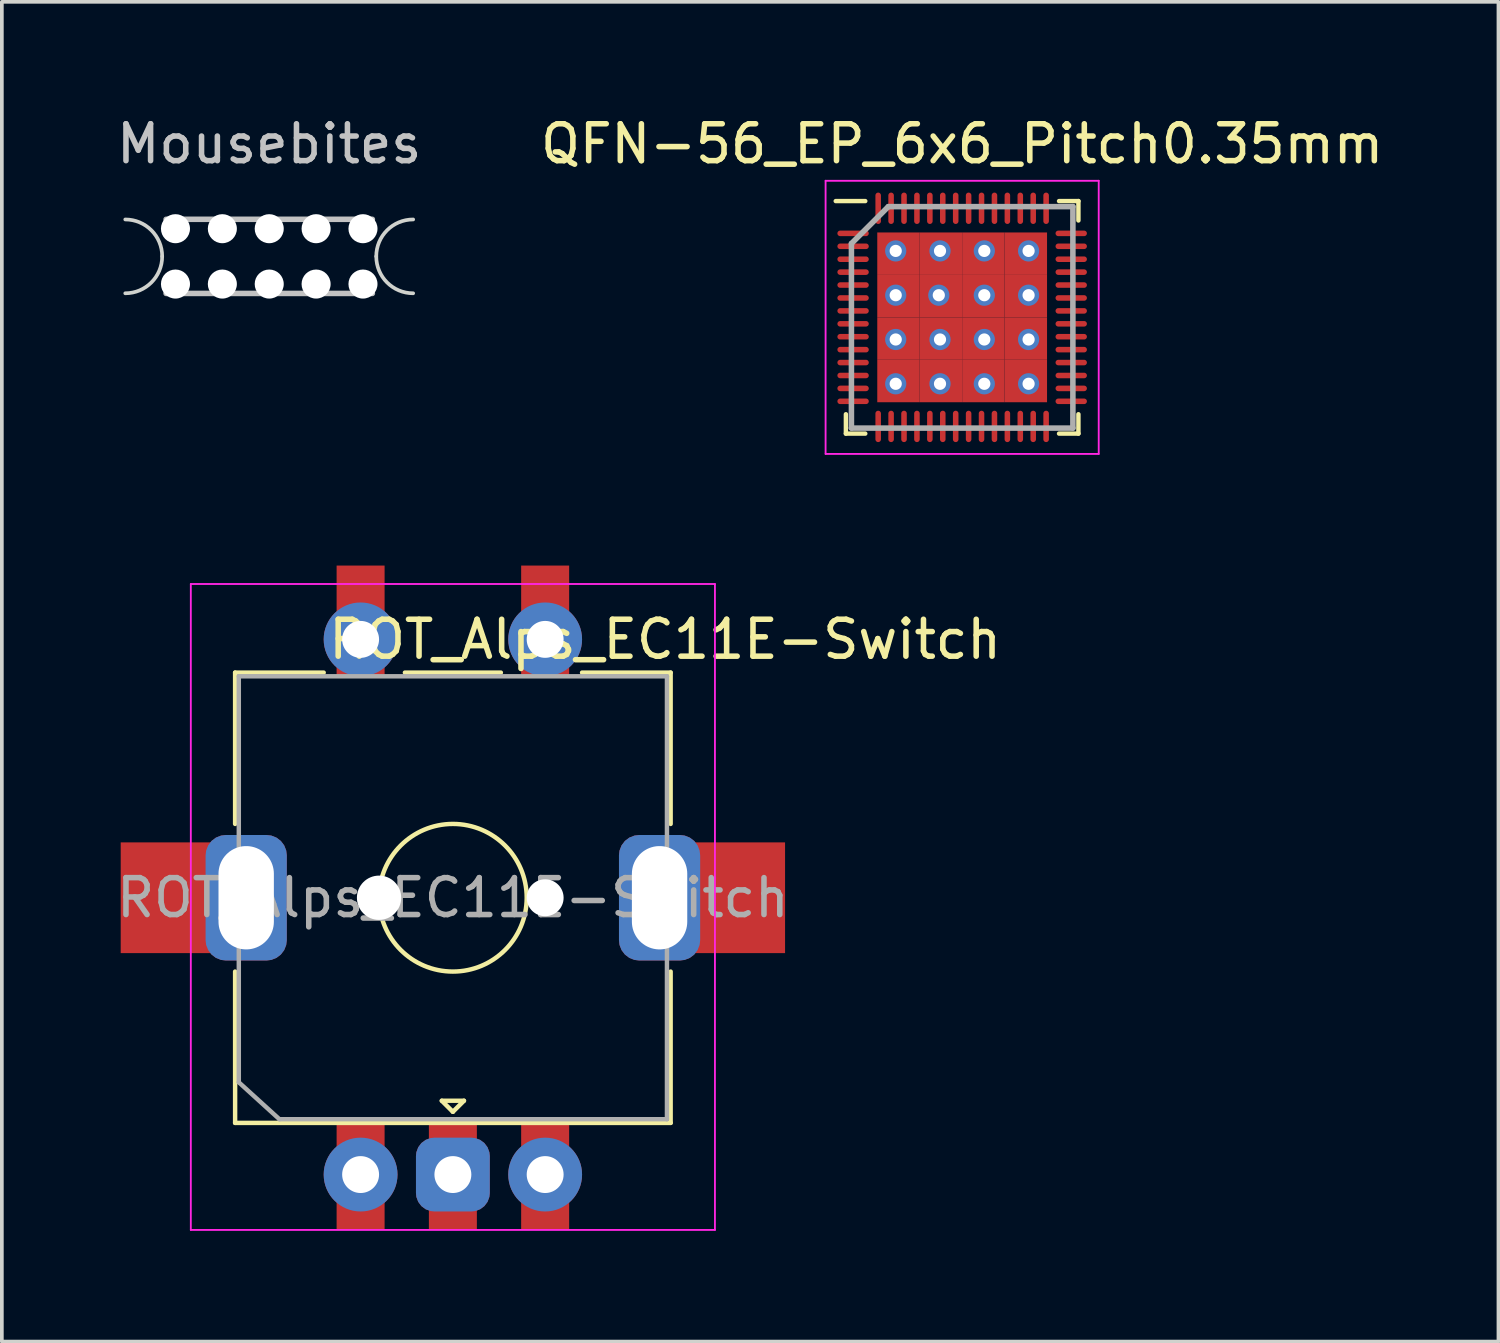
<source format=kicad_pcb>
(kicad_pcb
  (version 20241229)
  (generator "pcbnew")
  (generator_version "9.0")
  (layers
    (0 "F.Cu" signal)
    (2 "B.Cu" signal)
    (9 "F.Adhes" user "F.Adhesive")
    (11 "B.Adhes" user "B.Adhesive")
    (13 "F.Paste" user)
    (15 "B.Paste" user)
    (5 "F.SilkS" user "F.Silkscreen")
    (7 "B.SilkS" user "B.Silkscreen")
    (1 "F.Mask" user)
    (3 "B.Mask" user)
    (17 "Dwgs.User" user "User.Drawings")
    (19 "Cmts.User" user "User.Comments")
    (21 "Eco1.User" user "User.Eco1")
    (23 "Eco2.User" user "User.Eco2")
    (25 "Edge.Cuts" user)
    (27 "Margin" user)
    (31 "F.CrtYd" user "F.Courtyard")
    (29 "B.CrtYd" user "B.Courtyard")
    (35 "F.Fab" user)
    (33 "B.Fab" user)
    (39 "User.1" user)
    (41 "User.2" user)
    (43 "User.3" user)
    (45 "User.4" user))
  (footprint "ROT_Alps_EC11E-Switch"
    (layer "F.Cu")
    (at 9.22 21.273)
    (property "Reference" "ROT_Alps_EC11E-Switch" (at 5.75 -7 180) (layer "F.SilkS") (effects (font (size 1 1) (thickness 0.15))))
    (attr through_hole)
    (fp_line (start -5.9 -6.1) (end -3.5 -6.1) (stroke (width 0.12) (type solid)) (layer "F.SilkS"))
    (fp_line (start -5.9 -2) (end -5.9 -6.1) (stroke (width 0.12) (type solid)) (layer "F.SilkS"))
    (fp_line (start -5.9 2) (end -5.9 6.1) (stroke (width 0.12) (type solid)) (layer "F.SilkS"))
    (fp_line (start -5.9 6.1) (end 5.9 6.1) (stroke (width 0.12) (type solid)) (layer "F.SilkS"))
    (fp_line (start -1.3 -6.1) (end 1.3 -6.1) (stroke (width 0.12) (type solid)) (layer "F.SilkS"))
    (fp_line (start -0.3 5.5) (end 0.3 5.5) (stroke (width 0.12) (type solid)) (layer "F.SilkS"))
    (fp_line (start 0 5.8) (end -0.3 5.5) (stroke (width 0.12) (type solid)) (layer "F.SilkS"))
    (fp_line (start 0.3 5.5) (end 0 5.8) (stroke (width 0.12) (type solid)) (layer "F.SilkS"))
    (fp_line (start 3.5 -6.1) (end 5.9 -6.1) (stroke (width 0.12) (type solid)) (layer "F.SilkS"))
    (fp_line (start 5.9 -6.1) (end 5.9 -2) (stroke (width 0.12) (type solid)) (layer "F.SilkS"))
    (fp_line (start 5.9 2) (end 5.9 6.1) (stroke (width 0.12) (type solid)) (layer "F.SilkS"))
    (fp_circle (center 0 0) (end 0 -2) (stroke (width 0.12) (type solid)) (fill no) (layer "F.SilkS"))
    (fp_line (start -7.1 9) (end -7.1 -8.5) (stroke (width 0.05) (type solid)) (layer "F.CrtYd"))
    (fp_line (start -7.1 9) (end 7.1 9) (stroke (width 0.05) (type solid)) (layer "F.CrtYd"))
    (fp_line (start 7.1 -8.5) (end -7.1 -8.5) (stroke (width 0.05) (type solid)) (layer "F.CrtYd"))
    (fp_line (start 7.1 -8.5) (end 7.1 9) (stroke (width 0.05) (type solid)) (layer "F.CrtYd"))
    (fp_line (start -5.8 -6) (end 5.8 -6) (stroke (width 0.12) (type solid)) (layer "F.Fab"))
    (fp_line (start -5.8 5) (end -5.8 -6) (stroke (width 0.12) (type solid)) (layer "F.Fab"))
    (fp_line (start -4.7 6) (end -5.8 5) (stroke (width 0.12) (type solid)) (layer "F.Fab"))
    (fp_line (start 5.8 -6) (end 5.8 6) (stroke (width 0.12) (type solid)) (layer "F.Fab"))
    (fp_line (start 5.8 6) (end -4.7 6) (stroke (width 0.12) (type solid)) (layer "F.Fab"))
    (fp_text user "${REFERENCE}" (at 0 0 180) (layer "F.Fab") (effects (font (size 1 1) (thickness 0.15))))
    (pad "" np_thru_hole circle (at -2 0 90) (size 1.2 1.2) (drill 1.2) (layers "*.Cu"))
    (pad "" np_thru_hole circle (at 2.5 0 90) (size 1 1) (drill 1) (layers "*.Cu"))
    (pad "A" thru_hole circle (at -2.5 7.5 90) (size 2 2) (drill 1) (layers "*.Cu" "B.Mask"))
    (pad "A" smd rect (at 2.5 7.5 270) (size 3 1.3) (layers "F.Cu" "F.Mask" "F.Paste"))
    (pad "B" smd rect (at -2.5 7.5 270) (size 3 1.3) (layers "F.Cu" "F.Mask" "F.Paste"))
    (pad "B" thru_hole circle (at 2.5 7.5 90) (size 2 2) (drill 1) (layers "*.Cu" "B.Mask"))
    (pad "C" thru_hole roundrect (at 0 7.5 90) (size 2 2) (drill 1) (layers "*.Cu" "B.Mask") (roundrect_rratio 0.25))
    (pad "C" smd rect (at 0 7.5 270) (size 3 1.3) (layers "F.Cu" "F.Mask" "F.Paste"))
    (pad "MP" smd rect (at -7.5 0 270) (size 3 3) (layers "F.Cu" "F.Mask" "F.Paste"))
    (pad "MP" thru_hole roundrect (at -5.6 0 90) (size 3.4 2.2) (drill oval 2.8 1.5) (layers "*.Cu" "B.Mask") (roundrect_rratio 0.25))
    (pad "MP" thru_hole roundrect (at 5.6 0 90) (size 3.4 2.2) (drill oval 2.8 1.5) (layers "*.Cu" "B.Mask") (roundrect_rratio 0.25))
    (pad "MP" smd rect (at 7.5 0 270) (size 3 3) (layers "F.Cu" "F.Mask" "F.Paste"))
    (pad "S1" smd rect (at 2.5 -7.5 270) (size 3 1.3) (layers "F.Cu" "F.Mask" "F.Paste"))
    (pad "S1" thru_hole circle (at 2.5 -7 90) (size 2 2) (drill 1) (layers "*.Cu" "B.Mask"))
    (pad "S2" smd rect (at -2.5 -7.5 270) (size 3 1.3) (layers "F.Cu" "F.Mask" "F.Paste"))
    (pad "S2" thru_hole circle (at -2.5 -7 90) (size 2 2) (drill 1) (layers "*.Cu" "B.Mask")))
  (footprint "Mousebites"
    (layer "F.Cu")
    (at 4.244 3.896)
    (property "Reference" "Mousebites" (at 0 -3.048 0) (layer "Dwgs.User") (effects (font (size 1 1) (thickness 0.15))))
    (attr through_hole board_only exclude_from_pos_files exclude_from_bom)
    (fp_line (start -2.794 -1.004) (end 2.794 -1.004) (stroke (width 0.15) (type solid)) (layer "Dwgs.User"))
    (fp_line (start -2.794 1.004) (end 2.794 1.004) (stroke (width 0.15) (type solid)) (layer "Dwgs.User"))
    (fp_line (start 2.9 0) (end 2.9 0) (stroke (width 0.05) (type default)) (layer "Edge.Cuts"))
    (fp_line (start 3.9 -1) (end 3.9 -1) (stroke (width 0.05) (type default)) (layer "Edge.Cuts"))
    (fp_line (start 3.9 1) (end 3.9 1) (stroke (width 0.05) (type default)) (layer "Edge.Cuts"))
    (fp_arc (start -3.9 -1) (mid -3.192894 -0.707107) (end -2.9 0) (stroke (width 0.1) (type default)) (layer "Edge.Cuts"))
    (fp_arc (start -2.9 0) (mid -3.192893 0.707106) (end -3.9 1) (stroke (width 0.1) (type default)) (layer "Edge.Cuts"))
    (fp_arc (start 2.9 0) (mid 3.192893 -0.707106) (end 3.9 -1) (stroke (width 0.1) (type default)) (layer "Edge.Cuts"))
    (fp_arc (start 3.9 1) (mid 3.192894 0.707107) (end 2.9 0) (stroke (width 0.1) (type default)) (layer "Edge.Cuts"))
    (pad "" np_thru_hole circle (at -2.54 -0.75) (size 0.787 0.787) (drill 0.787) (layers "*.Cu" "*.Mask"))
    (pad "" np_thru_hole circle (at -2.54 0.75) (size 0.787 0.787) (drill 0.787) (layers "*.Cu" "*.Mask"))
    (pad "" np_thru_hole circle (at -1.27 -0.75) (size 0.787 0.787) (drill 0.787) (layers "*.Cu" "*.Mask"))
    (pad "" np_thru_hole circle (at -1.27 0.75) (size 0.787 0.787) (drill 0.787) (layers "*.Cu" "*.Mask"))
    (pad "" np_thru_hole circle (at 0 -0.75) (size 0.787 0.787) (drill 0.787) (layers "*.Cu" "*.Mask"))
    (pad "" np_thru_hole circle (at 0 0.75) (size 0.787 0.787) (drill 0.787) (layers "*.Cu" "*.Mask"))
    (pad "" np_thru_hole circle (at 1.27 -0.75) (size 0.787 0.787) (drill 0.787) (layers "*.Cu" "*.Mask"))
    (pad "" np_thru_hole circle (at 1.27 0.75) (size 0.787 0.787) (drill 0.787) (layers "*.Cu" "*.Mask"))
    (pad "" np_thru_hole circle (at 2.54 -0.75) (size 0.787 0.787) (drill 0.787) (layers "*.Cu" "*.Mask"))
    (pad "" np_thru_hole circle (at 2.54 0.75) (size 0.787 0.787) (drill 0.787) (layers "*.Cu" "*.Mask"))
    (zone (net_name "") (layers "F.Cu" "F.Mask" "B.Cu" "B.Mask" "F.SilkS" "B.SilkS" "F.Adhes" "B.Adhes" "F.Paste" "B.Paste") (hatch edge 0.5) (connect_pads) (min_thickness 0.25) (filled_areas_thickness no) (keepout (tracks not_allowed) (vias not_allowed) (pads allowed) (copperpour not_allowed) (footprints not_allowed)) (placement (enabled no)) (fill) (polygon (pts (xy 0.344 2.896) (xy 8.144 2.896) (xy 8.144 4.896) (xy 0.344 4.896)))))
  (footprint "QFN-56_EP_6x6_Pitch0.35mm"
    (layer "F.Cu")
    (at 23.018 5.548)
    (property "Reference" "QFN-56_EP_6x6_Pitch0.35mm" (at 0 -4.7 0) (layer "F.SilkS") (effects (font (size 1 1) (thickness 0.15))))
    (attr smd)
    (fp_line (start -3.15 3.15) (end -3.15 2.625) (stroke (width 0.12) (type default)) (layer "F.SilkS"))
    (fp_line (start -2.625 -3.15) (end -3.425 -3.15) (stroke (width 0.12) (type default)) (layer "F.SilkS"))
    (fp_line (start -2.625 3.15) (end -3.15 3.15) (stroke (width 0.12) (type default)) (layer "F.SilkS"))
    (fp_line (start 2.625 -3.15) (end 3.15 -3.15) (stroke (width 0.12) (type default)) (layer "F.SilkS"))
    (fp_line (start 2.625 3.15) (end 3.15 3.15) (stroke (width 0.12) (type default)) (layer "F.SilkS"))
    (fp_line (start 3.15 -3.15) (end 3.15 -2.625) (stroke (width 0.12) (type default)) (layer "F.SilkS"))
    (fp_line (start 3.15 3.15) (end 3.15 2.625) (stroke (width 0.12) (type default)) (layer "F.SilkS"))
    (fp_line (start -3.7 -3.7) (end 3.7 -3.7) (stroke (width 0.05) (type default)) (layer "F.CrtYd"))
    (fp_line (start -3.7 3.7) (end -3.7 -3.7) (stroke (width 0.05) (type default)) (layer "F.CrtYd"))
    (fp_line (start 3.7 -3.7) (end 3.7 3.7) (stroke (width 0.05) (type default)) (layer "F.CrtYd"))
    (fp_line (start 3.7 3.7) (end -3.7 3.7) (stroke (width 0.05) (type default)) (layer "F.CrtYd"))
    (fp_line (start -3 -2) (end -3 3) (stroke (width 0.15) (type default)) (layer "F.Fab"))
    (fp_line (start -3 3) (end 3 3) (stroke (width 0.15) (type default)) (layer "F.Fab"))
    (fp_line (start -2 -3) (end -3 -2) (stroke (width 0.15) (type default)) (layer "F.Fab"))
    (fp_line (start 3 -3) (end -2 -3) (stroke (width 0.15) (type default)) (layer "F.Fab"))
    (fp_line (start 3 3) (end 3 -3) (stroke (width 0.15) (type default)) (layer "F.Fab"))
    (pad "" smd roundrect (at -1.5 -1.5) (size 1.5 1.5) (layers "F.Paste") (roundrect_rratio 0.154))
    (pad "" smd roundrect (at -1.5 0 270) (size 0.9 1.5) (layers "F.Paste") (roundrect_rratio 0.154))
    (pad "" smd roundrect (at -1.5 1.5) (size 1.5 1.5) (layers "F.Paste") (roundrect_rratio 0.154))
    (pad "" smd roundrect (at 0 -1.5) (size 0.9 1.5) (layers "F.Paste") (roundrect_rratio 0.154))
    (pad "" smd roundrect (at 0 0) (size 0.9 0.9) (layers "F.Paste") (roundrect_rratio 0.154))
    (pad "" smd roundrect (at 0 1.5) (size 0.9 1.5) (layers "F.Paste") (roundrect_rratio 0.154))
    (pad "" smd roundrect (at 1.5 -1.5) (size 1.5 1.5) (layers "F.Paste") (roundrect_rratio 0.154))
    (pad "" smd roundrect (at 1.5 0 270) (size 0.9 1.5) (layers "F.Paste") (roundrect_rratio 0.154))
    (pad "" smd roundrect (at 1.5 1.5) (size 1.5 1.5) (layers "F.Paste") (roundrect_rratio 0.154))
    (pad "1" smd oval (at -2.955 -2.275 90) (size 0.15 0.85) (layers "F.Cu" "F.Mask" "F.Paste"))
    (pad "2" smd oval (at -2.955 -1.925 90) (size 0.15 0.85) (layers "F.Cu" "F.Mask" "F.Paste"))
    (pad "3" smd oval (at -2.955 -1.575 90) (size 0.15 0.85) (layers "F.Cu" "F.Mask" "F.Paste"))
    (pad "4" smd oval (at -2.955 -1.225 90) (size 0.15 0.85) (layers "F.Cu" "F.Mask" "F.Paste"))
    (pad "5" smd oval (at -2.955 -0.875 90) (size 0.15 0.85) (layers "F.Cu" "F.Mask" "F.Paste"))
    (pad "6" smd oval (at -2.955 -0.525 90) (size 0.15 0.85) (layers "F.Cu" "F.Mask" "F.Paste"))
    (pad "7" smd oval (at -2.955 -0.175 90) (size 0.15 0.85) (layers "F.Cu" "F.Mask" "F.Paste"))
    (pad "8" smd oval (at -2.955 0.175 90) (size 0.15 0.85) (layers "F.Cu" "F.Mask" "F.Paste"))
    (pad "9" smd oval (at -2.955 0.525 90) (size 0.15 0.85) (layers "F.Cu" "F.Mask" "F.Paste"))
    (pad "10" smd oval (at -2.955 0.875 90) (size 0.15 0.85) (layers "F.Cu" "F.Mask" "F.Paste"))
    (pad "11" smd oval (at -2.955 1.225 90) (size 0.15 0.85) (layers "F.Cu" "F.Mask" "F.Paste"))
    (pad "12" smd oval (at -2.955 1.575 90) (size 0.15 0.85) (layers "F.Cu" "F.Mask" "F.Paste"))
    (pad "13" smd oval (at -2.955 1.925 90) (size 0.15 0.85) (layers "F.Cu" "F.Mask" "F.Paste"))
    (pad "14" smd oval (at -2.955 2.275 90) (size 0.15 0.85) (layers "F.Cu" "F.Mask" "F.Paste"))
    (pad "15" smd oval (at -2.275 2.955) (size 0.15 0.85) (layers "F.Cu" "F.Mask" "F.Paste"))
    (pad "16" smd oval (at -1.925 2.955) (size 0.15 0.85) (layers "F.Cu" "F.Mask" "F.Paste"))
    (pad "17" smd oval (at -1.575 2.955) (size 0.15 0.85) (layers "F.Cu" "F.Mask" "F.Paste"))
    (pad "18" smd oval (at -1.225 2.955) (size 0.15 0.85) (layers "F.Cu" "F.Mask" "F.Paste"))
    (pad "19" smd oval (at -0.875 2.955) (size 0.15 0.85) (layers "F.Cu" "F.Mask" "F.Paste"))
    (pad "20" smd oval (at -0.525 2.955) (size 0.15 0.85) (layers "F.Cu" "F.Mask" "F.Paste"))
    (pad "21" smd oval (at -0.175 2.955) (size 0.15 0.85) (layers "F.Cu" "F.Mask" "F.Paste"))
    (pad "22" smd oval (at 0.175 2.955) (size 0.15 0.85) (layers "F.Cu" "F.Mask" "F.Paste"))
    (pad "23" smd oval (at 0.525 2.955) (size 0.15 0.85) (layers "F.Cu" "F.Mask" "F.Paste"))
    (pad "24" smd oval (at 0.875 2.955) (size 0.15 0.85) (layers "F.Cu" "F.Mask" "F.Paste"))
    (pad "25" smd oval (at 1.225 2.955) (size 0.15 0.85) (layers "F.Cu" "F.Mask" "F.Paste"))
    (pad "26" smd oval (at 1.575 2.955) (size 0.15 0.85) (layers "F.Cu" "F.Mask" "F.Paste"))
    (pad "27" smd oval (at 1.925 2.955) (size 0.15 0.85) (layers "F.Cu" "F.Mask" "F.Paste"))
    (pad "28" smd oval (at 2.275 2.955) (size 0.15 0.85) (layers "F.Cu" "F.Mask" "F.Paste"))
    (pad "29" smd oval (at 2.955 2.275 90) (size 0.15 0.85) (layers "F.Cu" "F.Mask" "F.Paste"))
    (pad "30" smd oval (at 2.955 1.925 90) (size 0.15 0.85) (layers "F.Cu" "F.Mask" "F.Paste"))
    (pad "31" smd oval (at 2.955 1.575 90) (size 0.15 0.85) (layers "F.Cu" "F.Mask" "F.Paste"))
    (pad "32" smd oval (at 2.955 1.225 90) (size 0.15 0.85) (layers "F.Cu" "F.Mask" "F.Paste"))
    (pad "33" smd oval (at 2.955 0.875 90) (size 0.15 0.85) (layers "F.Cu" "F.Mask" "F.Paste"))
    (pad "34" smd oval (at 2.955 0.525 90) (size 0.15 0.85) (layers "F.Cu" "F.Mask" "F.Paste"))
    (pad "35" smd oval (at 2.955 0.175 90) (size 0.15 0.85) (layers "F.Cu" "F.Mask" "F.Paste"))
    (pad "36" smd oval (at 2.955 -0.175 90) (size 0.15 0.85) (layers "F.Cu" "F.Mask" "F.Paste"))
    (pad "37" smd oval (at 2.955 -0.525 90) (size 0.15 0.85) (layers "F.Cu" "F.Mask" "F.Paste"))
    (pad "38" smd oval (at 2.955 -0.875 90) (size 0.15 0.85) (layers "F.Cu" "F.Mask" "F.Paste"))
    (pad "39" smd oval (at 2.955 -1.225 90) (size 0.15 0.85) (layers "F.Cu" "F.Mask" "F.Paste"))
    (pad "40" smd oval (at 2.955 -1.575 90) (size 0.15 0.85) (layers "F.Cu" "F.Mask" "F.Paste"))
    (pad "41" smd oval (at 2.955 -1.925 90) (size 0.15 0.85) (layers "F.Cu" "F.Mask" "F.Paste"))
    (pad "42" smd oval (at 2.955 -2.275 90) (size 0.15 0.85) (layers "F.Cu" "F.Mask" "F.Paste"))
    (pad "43" smd oval (at 2.275 -2.955) (size 0.15 0.85) (layers "F.Cu" "F.Mask" "F.Paste"))
    (pad "44" smd oval (at 1.925 -2.955) (size 0.15 0.85) (layers "F.Cu" "F.Mask" "F.Paste"))
    (pad "45" smd oval (at 1.575 -2.955) (size 0.15 0.85) (layers "F.Cu" "F.Mask" "F.Paste"))
    (pad "46" smd oval (at 1.225 -2.955) (size 0.15 0.85) (layers "F.Cu" "F.Mask" "F.Paste"))
    (pad "47" smd oval (at 0.875 -2.955) (size 0.15 0.85) (layers "F.Cu" "F.Mask" "F.Paste"))
    (pad "48" smd oval (at 0.525 -2.955) (size 0.15 0.85) (layers "F.Cu" "F.Mask" "F.Paste"))
    (pad "49" smd oval (at 0.175 -2.955) (size 0.15 0.85) (layers "F.Cu" "F.Mask" "F.Paste"))
    (pad "50" smd oval (at -0.175 -2.955) (size 0.15 0.85) (layers "F.Cu" "F.Mask" "F.Paste"))
    (pad "51" smd oval (at -0.525 -2.955) (size 0.15 0.85) (layers "F.Cu" "F.Mask" "F.Paste"))
    (pad "52" smd oval (at -0.875 -2.955) (size 0.15 0.85) (layers "F.Cu" "F.Mask" "F.Paste"))
    (pad "53" smd oval (at -1.225 -2.955) (size 0.15 0.85) (layers "F.Cu" "F.Mask" "F.Paste"))
    (pad "54" smd oval (at -1.575 -2.955) (size 0.15 0.85) (layers "F.Cu" "F.Mask" "F.Paste"))
    (pad "55" smd oval (at -1.925 -2.955) (size 0.15 0.85) (layers "F.Cu" "F.Mask" "F.Paste"))
    (pad "56" smd oval (at -2.275 -2.955) (size 0.15 0.85) (layers "F.Cu" "F.Mask" "F.Paste"))
    (pad "57" thru_hole circle (at -1.8 -1.8) (size 0.575 0.575) (drill 0.33) (layers "*.Cu" "*.Mask"))
    (pad "57" thru_hole circle (at -1.8 -0.6) (size 0.575 0.575) (drill 0.33) (layers "*.Cu" "*.Mask"))
    (pad "57" thru_hole circle (at -1.8 0.6) (size 0.575 0.575) (drill 0.33) (layers "*.Cu" "*.Mask"))
    (pad "57" thru_hole circle (at -1.8 1.8) (size 0.575 0.575) (drill 0.33) (layers "*.Cu" "*.Mask"))
    (pad "57" smd rect (at -1.725 -1.725) (size 1.15 1.15) (layers "F.Cu" "F.Mask" "F.Paste"))
    (pad "57" smd rect (at -1.725 -0.575) (size 1.15 1.15) (layers "F.Cu" "F.Mask" "F.Paste"))
    (pad "57" smd rect (at -1.725 0.575) (size 1.15 1.15) (layers "F.Cu" "F.Mask" "F.Paste"))
    (pad "57" smd rect (at -1.725 1.725) (size 1.15 1.15) (layers "F.Cu" "F.Mask" "F.Paste"))
    (pad "57" thru_hole circle (at -0.633 -0.6) (size 0.575 0.575) (drill 0.33) (layers "*.Cu" "*.Mask"))
    (pad "57" thru_hole circle (at -0.6 -1.8) (size 0.575 0.575) (drill 0.33) (layers "*.Cu" "*.Mask"))
    (pad "57" thru_hole circle (at -0.6 0.6) (size 0.575 0.575) (drill 0.33) (layers "*.Cu" "*.Mask"))
    (pad "57" thru_hole circle (at -0.6 1.8) (size 0.575 0.575) (drill 0.33) (layers "*.Cu" "*.Mask"))
    (pad "57" smd rect (at -0.575 -1.725) (size 1.15 1.15) (layers "F.Cu" "F.Mask" "F.Paste"))
    (pad "57" smd rect (at -0.575 -0.575) (size 1.15 1.15) (layers "F.Cu" "F.Mask" "F.Paste"))
    (pad "57" smd rect (at -0.575 0.575) (size 1.15 1.15) (layers "F.Cu" "F.Mask" "F.Paste"))
    (pad "57" smd rect (at -0.575 1.725) (size 1.15 1.15) (layers "F.Cu" "F.Mask" "F.Paste"))
    (pad "57" smd rect (at 0.575 -1.725) (size 1.15 1.15) (layers "F.Cu" "F.Mask" "F.Paste"))
    (pad "57" smd rect (at 0.575 -0.575) (size 1.15 1.15) (layers "F.Cu" "F.Mask" "F.Paste"))
    (pad "57" smd rect (at 0.575 0.575) (size 1.15 1.15) (layers "F.Cu" "F.Mask" "F.Paste"))
    (pad "57" smd rect (at 0.575 1.725) (size 1.15 1.15) (layers "F.Cu" "F.Mask" "F.Paste"))
    (pad "57" thru_hole circle (at 0.6 -1.8) (size 0.575 0.575) (drill 0.33) (layers "*.Cu" "*.Mask"))
    (pad "57" thru_hole circle (at 0.6 -0.6) (size 0.575 0.575) (drill 0.33) (layers "*.Cu" "*.Mask"))
    (pad "57" thru_hole circle (at 0.6 0.6) (size 0.575 0.575) (drill 0.33) (layers "*.Cu" "*.Mask"))
    (pad "57" thru_hole circle (at 0.6 1.8) (size 0.575 0.575) (drill 0.33) (layers "*.Cu" "*.Mask"))
    (pad "57" smd rect (at 1.725 -1.725) (size 1.15 1.15) (layers "F.Cu" "F.Mask" "F.Paste"))
    (pad "57" smd rect (at 1.725 -0.575) (size 1.15 1.15) (layers "F.Cu" "F.Mask" "F.Paste"))
    (pad "57" smd rect (at 1.725 0.575) (size 1.15 1.15) (layers "F.Cu" "F.Mask" "F.Paste"))
    (pad "57" smd rect (at 1.725 1.725) (size 1.15 1.15) (layers "F.Cu" "F.Mask" "F.Paste"))
    (pad "57" thru_hole circle (at 1.8 -1.8) (size 0.575 0.575) (drill 0.33) (layers "*.Cu" "*.Mask"))
    (pad "57" thru_hole circle (at 1.8 -0.6) (size 0.575 0.575) (drill 0.33) (layers "*.Cu" "*.Mask"))
    (pad "57" thru_hole circle (at 1.8 0.6) (size 0.575 0.575) (drill 0.33) (layers "*.Cu" "*.Mask"))
    (pad "57" thru_hole circle (at 1.8 1.8) (size 0.575 0.575) (drill 0.33) (layers "*.Cu" "*.Mask")))
  (gr_rect
    (start -3 -3)
    (end 37.548 33.298)
    (stroke (width 0.1) (type default))
    (fill no)
    (layer "Edge.Cuts")))
</source>
